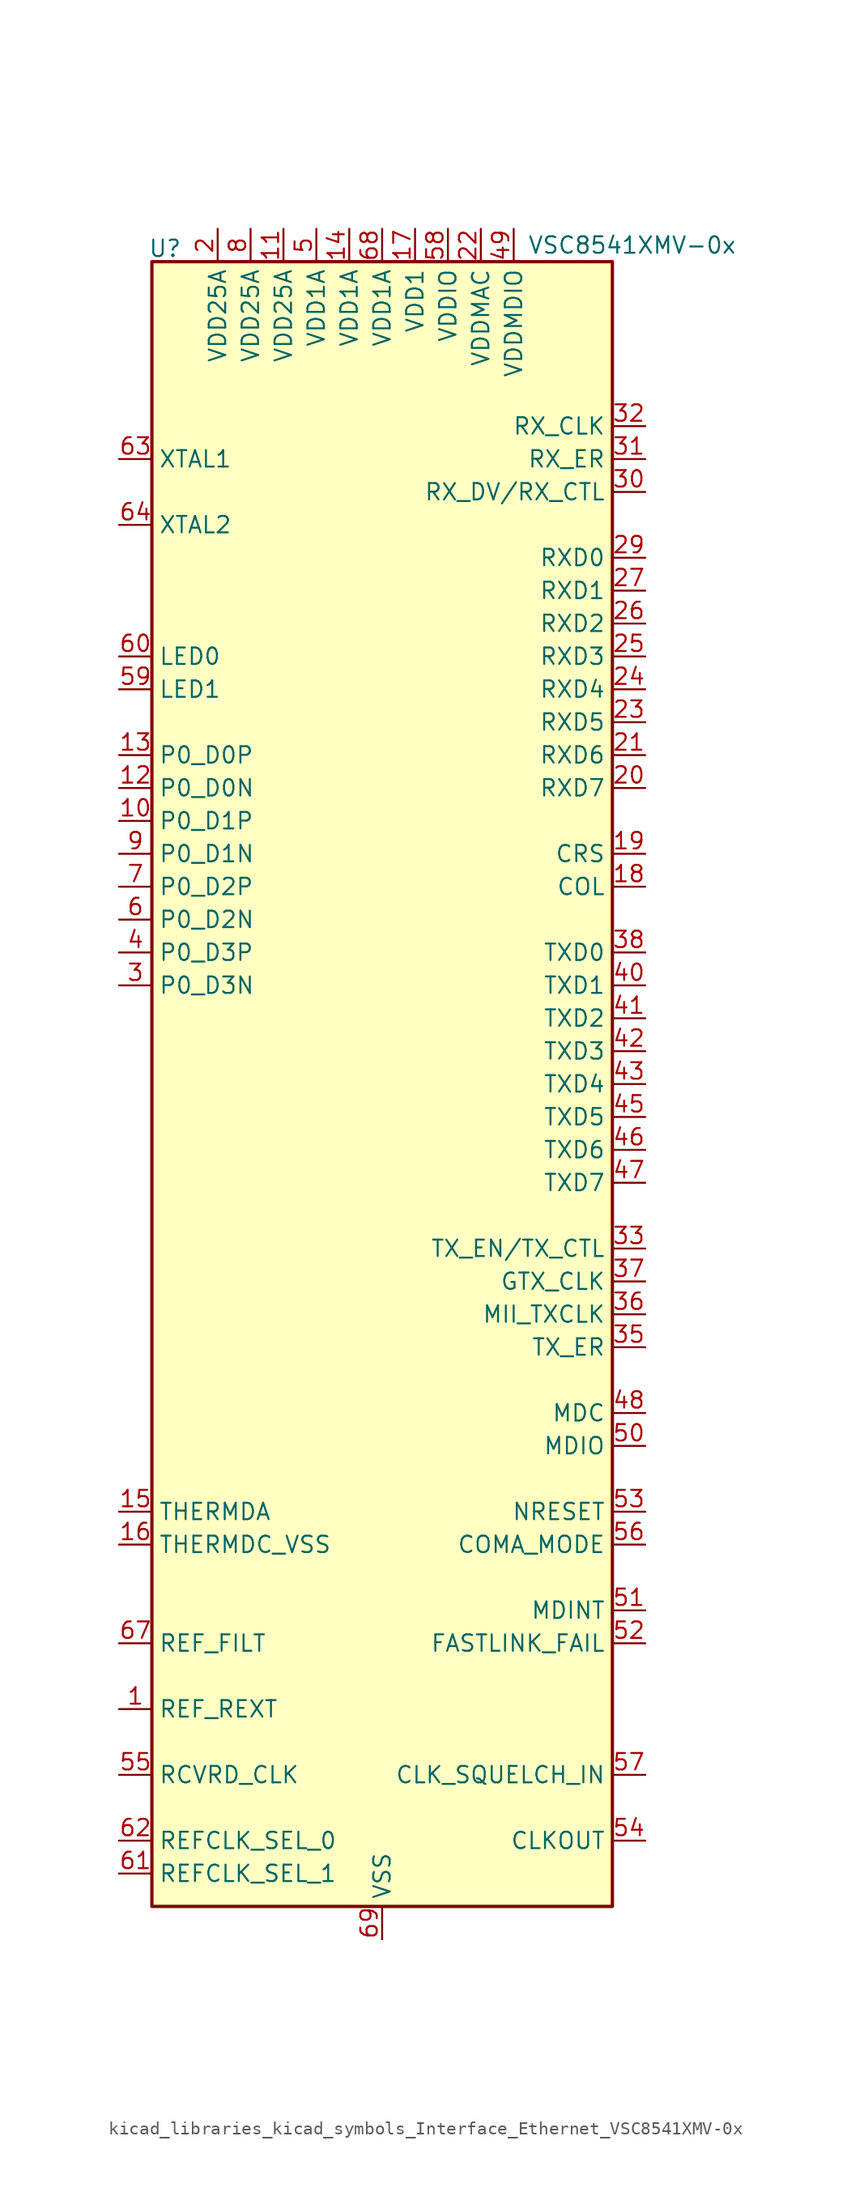
<source format=kicad_sym>
(kicad_symbol_lib
  (version 20220914)
  (generator kicad_symbol_editor)
  (symbol "kicad_libraries_kicad_symbols_Interface_Ethernet_VSC8541XMV-0x"
    (property "Reference" "U"
      (at -16.764 64.516 0)
      (effects (font (size 1.27 1.27))))
    (property "Value" "VSC8541XMV-0x"
      (at 19.304 64.77 0)
      (effects (font (size 1.27 1.27))))
    (symbol "kicad_libraries_kicad_symbols_Interface_Ethernet_VSC8541XMV-0x_0_1"
      (rectangle (start 17.78 -63.5) (end -17.78 63.5) (stroke (width 0.254) (type default)) (fill (type background)))
      (pin passive line (at -20.32 -48.26 0) (length 2.54) (name "REF_REXT" (effects (font (size 1.27 1.27)))) (number "1" (effects (font (size 1.27 1.27)))))
      (pin passive line (at -20.32 20.32 0) (length 2.54) (name "P0_D1P" (effects (font (size 1.27 1.27)))) (number "10" (effects (font (size 1.27 1.27)))))
      (pin power_in line (at -7.62 66.04 270) (length 2.54) (name "VDD25A" (effects (font (size 1.27 1.27)))) (number "11" (effects (font (size 1.27 1.27)))))
      (pin passive line (at -20.32 22.86 0) (length 2.54) (name "P0_D0N" (effects (font (size 1.27 1.27)))) (number "12" (effects (font (size 1.27 1.27)))))
      (pin passive line (at -20.32 25.4 0) (length 2.54) (name "P0_D0P" (effects (font (size 1.27 1.27)))) (number "13" (effects (font (size 1.27 1.27)))))
      (pin power_in line (at -2.54 66.04 270) (length 2.54) (name "VDD1A" (effects (font (size 1.27 1.27)))) (number "14" (effects (font (size 1.27 1.27)))))
      (pin passive line (at -20.32 -33.02 0) (length 2.54) (name "THERMDA" (effects (font (size 1.27 1.27)))) (number "15" (effects (font (size 1.27 1.27)))))
      (pin passive line (at -20.32 -35.56 0) (length 2.54) (name "THERMDC_VSS" (effects (font (size 1.27 1.27)))) (number "16" (effects (font (size 1.27 1.27)))))
      (pin power_in line (at 2.54 66.04 270) (length 2.54) (name "VDD1" (effects (font (size 1.27 1.27)))) (number "17" (effects (font (size 1.27 1.27)))))
      (pin bidirectional line (at 20.32 15.24 180) (length 2.54) (name "COL" (effects (font (size 1.27 1.27)))) (number "18" (effects (font (size 1.27 1.27)))))
      (pin bidirectional line (at 20.32 17.78 180) (length 2.54) (name "CRS" (effects (font (size 1.27 1.27)))) (number "19" (effects (font (size 1.27 1.27)))))
      (pin power_in line (at -12.7 66.04 270) (length 2.54) (name "VDD25A" (effects (font (size 1.27 1.27)))) (number "2" (effects (font (size 1.27 1.27)))))
      (pin bidirectional line (at 20.32 22.86 180) (length 2.54) (name "RXD7" (effects (font (size 1.27 1.27)))) (number "20" (effects (font (size 1.27 1.27)))))
      (pin bidirectional line (at 20.32 25.4 180) (length 2.54) (name "RXD6" (effects (font (size 1.27 1.27)))) (number "21" (effects (font (size 1.27 1.27)))))
      (pin power_in line (at 7.62 66.04 270) (length 2.54) (name "VDDMAC" (effects (font (size 1.27 1.27)))) (number "22" (effects (font (size 1.27 1.27)))))
      (pin bidirectional line (at 20.32 27.94 180) (length 2.54) (name "RXD5" (effects (font (size 1.27 1.27)))) (number "23" (effects (font (size 1.27 1.27)))))
      (pin bidirectional line (at 20.32 30.48 180) (length 2.54) (name "RXD4" (effects (font (size 1.27 1.27)))) (number "24" (effects (font (size 1.27 1.27)))))
      (pin bidirectional line (at 20.32 33.02 180) (length 2.54) (name "RXD3" (effects (font (size 1.27 1.27)))) (number "25" (effects (font (size 1.27 1.27)))))
      (pin bidirectional line (at 20.32 35.56 180) (length 2.54) (name "RXD2" (effects (font (size 1.27 1.27)))) (number "26" (effects (font (size 1.27 1.27)))))
      (pin bidirectional line (at 20.32 38.1 180) (length 2.54) (name "RXD1" (effects (font (size 1.27 1.27)))) (number "27" (effects (font (size 1.27 1.27)))))
      (pin passive line (at 7.62 66.04 270) (length 2.54) hide (name "VDDMAC" (effects (font (size 1.27 1.27)))) (number "28" (effects (font (size 1.27 1.27)))))
      (pin bidirectional line (at 20.32 40.64 180) (length 2.54) (name "RXD0" (effects (font (size 1.27 1.27)))) (number "29" (effects (font (size 1.27 1.27)))))
      (pin passive line (at -20.32 7.62 0) (length 2.54) (name "P0_D3N" (effects (font (size 1.27 1.27)))) (number "3" (effects (font (size 1.27 1.27)))))
      (pin bidirectional line (at 20.32 45.72 180) (length 2.54) (name "RX_DV/RX_CTL" (effects (font (size 1.27 1.27)))) (number "30" (effects (font (size 1.27 1.27)))))
      (pin bidirectional line (at 20.32 48.26 180) (length 2.54) (name "RX_ER" (effects (font (size 1.27 1.27)))) (number "31" (effects (font (size 1.27 1.27)))))
      (pin bidirectional line (at 20.32 50.8 180) (length 2.54) (name "RX_CLK" (effects (font (size 1.27 1.27)))) (number "32" (effects (font (size 1.27 1.27)))))
      (pin input line (at 20.32 -12.7 180) (length 2.54) (name "TX_EN/TX_CTL" (effects (font (size 1.27 1.27)))) (number "33" (effects (font (size 1.27 1.27)))))
      (pin passive line (at 2.54 66.04 270) (length 2.54) hide (name "VDD1" (effects (font (size 1.27 1.27)))) (number "34" (effects (font (size 1.27 1.27)))))
      (pin input line (at 20.32 -20.32 180) (length 2.54) (name "TX_ER" (effects (font (size 1.27 1.27)))) (number "35" (effects (font (size 1.27 1.27)))))
      (pin bidirectional line (at 20.32 -17.78 180) (length 2.54) (name "MII_TXCLK" (effects (font (size 1.27 1.27)))) (number "36" (effects (font (size 1.27 1.27)))))
      (pin input line (at 20.32 -15.24 180) (length 2.54) (name "GTX_CLK" (effects (font (size 1.27 1.27)))) (number "37" (effects (font (size 1.27 1.27)))))
      (pin input line (at 20.32 10.16 180) (length 2.54) (name "TXD0" (effects (font (size 1.27 1.27)))) (number "38" (effects (font (size 1.27 1.27)))))
      (pin passive line (at 7.62 66.04 270) (length 2.54) hide (name "VDDMAC" (effects (font (size 1.27 1.27)))) (number "39" (effects (font (size 1.27 1.27)))))
      (pin passive line (at -20.32 10.16 0) (length 2.54) (name "P0_D3P" (effects (font (size 1.27 1.27)))) (number "4" (effects (font (size 1.27 1.27)))))
      (pin input line (at 20.32 7.62 180) (length 2.54) (name "TXD1" (effects (font (size 1.27 1.27)))) (number "40" (effects (font (size 1.27 1.27)))))
      (pin input line (at 20.32 5.08 180) (length 2.54) (name "TXD2" (effects (font (size 1.27 1.27)))) (number "41" (effects (font (size 1.27 1.27)))))
      (pin input line (at 20.32 2.54 180) (length 2.54) (name "TXD3" (effects (font (size 1.27 1.27)))) (number "42" (effects (font (size 1.27 1.27)))))
      (pin input line (at 20.32 0 180) (length 2.54) (name "TXD4" (effects (font (size 1.27 1.27)))) (number "43" (effects (font (size 1.27 1.27)))))
      (pin passive line (at 7.62 66.04 270) (length 2.54) hide (name "VDDMAC" (effects (font (size 1.27 1.27)))) (number "44" (effects (font (size 1.27 1.27)))))
      (pin input line (at 20.32 -2.54 180) (length 2.54) (name "TXD5" (effects (font (size 1.27 1.27)))) (number "45" (effects (font (size 1.27 1.27)))))
      (pin input line (at 20.32 -5.08 180) (length 2.54) (name "TXD6" (effects (font (size 1.27 1.27)))) (number "46" (effects (font (size 1.27 1.27)))))
      (pin input line (at 20.32 -7.62 180) (length 2.54) (name "TXD7" (effects (font (size 1.27 1.27)))) (number "47" (effects (font (size 1.27 1.27)))))
      (pin input line (at 20.32 -25.4 180) (length 2.54) (name "MDC" (effects (font (size 1.27 1.27)))) (number "48" (effects (font (size 1.27 1.27)))))
      (pin power_in line (at 10.16 66.04 270) (length 2.54) (name "VDDMDIO" (effects (font (size 1.27 1.27)))) (number "49" (effects (font (size 1.27 1.27)))))
      (pin power_in line (at -5.08 66.04 270) (length 2.54) (name "VDD1A" (effects (font (size 1.27 1.27)))) (number "5" (effects (font (size 1.27 1.27)))))
      (pin bidirectional line (at 20.32 -27.94 180) (length 2.54) (name "MDIO" (effects (font (size 1.27 1.27)))) (number "50" (effects (font (size 1.27 1.27)))))
      (pin output line (at 20.32 -40.64 180) (length 2.54) (name "MDINT" (effects (font (size 1.27 1.27)))) (number "51" (effects (font (size 1.27 1.27)))))
      (pin output line (at 20.32 -43.18 180) (length 2.54) (name "FASTLINK_FAIL" (effects (font (size 1.27 1.27)))) (number "52" (effects (font (size 1.27 1.27)))))
      (pin input line (at 20.32 -33.02 180) (length 2.54) (name "NRESET" (effects (font (size 1.27 1.27)))) (number "53" (effects (font (size 1.27 1.27)))))
      (pin bidirectional line (at 20.32 -58.42 180) (length 2.54) (name "CLKOUT" (effects (font (size 1.27 1.27)))) (number "54" (effects (font (size 1.27 1.27)))))
      (pin output line (at -20.32 -53.34 0) (length 2.54) (name "RCVRD_CLK" (effects (font (size 1.27 1.27)))) (number "55" (effects (font (size 1.27 1.27)))))
      (pin bidirectional line (at 20.32 -35.56 180) (length 2.54) (name "COMA_MODE" (effects (font (size 1.27 1.27)))) (number "56" (effects (font (size 1.27 1.27)))))
      (pin input line (at 20.32 -53.34 180) (length 2.54) (name "CLK_SQUELCH_IN" (effects (font (size 1.27 1.27)))) (number "57" (effects (font (size 1.27 1.27)))))
      (pin power_in line (at 5.08 66.04 270) (length 2.54) (name "VDDIO" (effects (font (size 1.27 1.27)))) (number "58" (effects (font (size 1.27 1.27)))))
      (pin output line (at -20.32 30.48 0) (length 2.54) (name "LED1" (effects (font (size 1.27 1.27)))) (number "59" (effects (font (size 1.27 1.27)))))
      (pin passive line (at -20.32 12.7 0) (length 2.54) (name "P0_D2N" (effects (font (size 1.27 1.27)))) (number "6" (effects (font (size 1.27 1.27)))))
      (pin output line (at -20.32 33.02 0) (length 2.54) (name "LED0" (effects (font (size 1.27 1.27)))) (number "60" (effects (font (size 1.27 1.27)))))
      (pin input line (at -20.32 -60.96 0) (length 2.54) (name "REFCLK_SEL_1" (effects (font (size 1.27 1.27)))) (number "61" (effects (font (size 1.27 1.27)))))
      (pin input line (at -20.32 -58.42 0) (length 2.54) (name "REFCLK_SEL_0" (effects (font (size 1.27 1.27)))) (number "62" (effects (font (size 1.27 1.27)))))
      (pin input line (at -20.32 48.26 0) (length 2.54) (name "XTAL1" (effects (font (size 1.27 1.27)))) (number "63" (effects (font (size 1.27 1.27)))))
      (pin output line (at -20.32 43.18 0) (length 2.54) (name "XTAL2" (effects (font (size 1.27 1.27)))) (number "64" (effects (font (size 1.27 1.27)))))
      (pin no_connect line (at -17.78 -20.32 0) (length 2.54) hide (name "RESERVED_1" (effects (font (size 1.27 1.27)))) (number "65" (effects (font (size 1.27 1.27)))))
      (pin no_connect line (at -17.78 -17.78 0) (length 2.54) hide (name "RESERVED_0" (effects (font (size 1.27 1.27)))) (number "66" (effects (font (size 1.27 1.27)))))
      (pin passive line (at -20.32 -43.18 0) (length 2.54) (name "REF_FILT" (effects (font (size 1.27 1.27)))) (number "67" (effects (font (size 1.27 1.27)))))
      (pin power_in line (at 0 66.04 270) (length 2.54) (name "VDD1A" (effects (font (size 1.27 1.27)))) (number "68" (effects (font (size 1.27 1.27)))))
      (pin power_in line (at 0 -66.04 90) (length 2.54) (name "VSS" (effects (font (size 1.27 1.27)))) (number "69" (effects (font (size 1.27 1.27)))))
      (pin passive line (at -20.32 15.24 0) (length 2.54) (name "P0_D2P" (effects (font (size 1.27 1.27)))) (number "7" (effects (font (size 1.27 1.27)))))
      (pin power_in line (at -10.16 66.04 270) (length 2.54) (name "VDD25A" (effects (font (size 1.27 1.27)))) (number "8" (effects (font (size 1.27 1.27)))))
      (pin passive line (at -20.32 17.78 0) (length 2.54) (name "P0_D1N" (effects (font (size 1.27 1.27)))) (number "9" (effects (font (size 1.27 1.27))))))))
</source>
